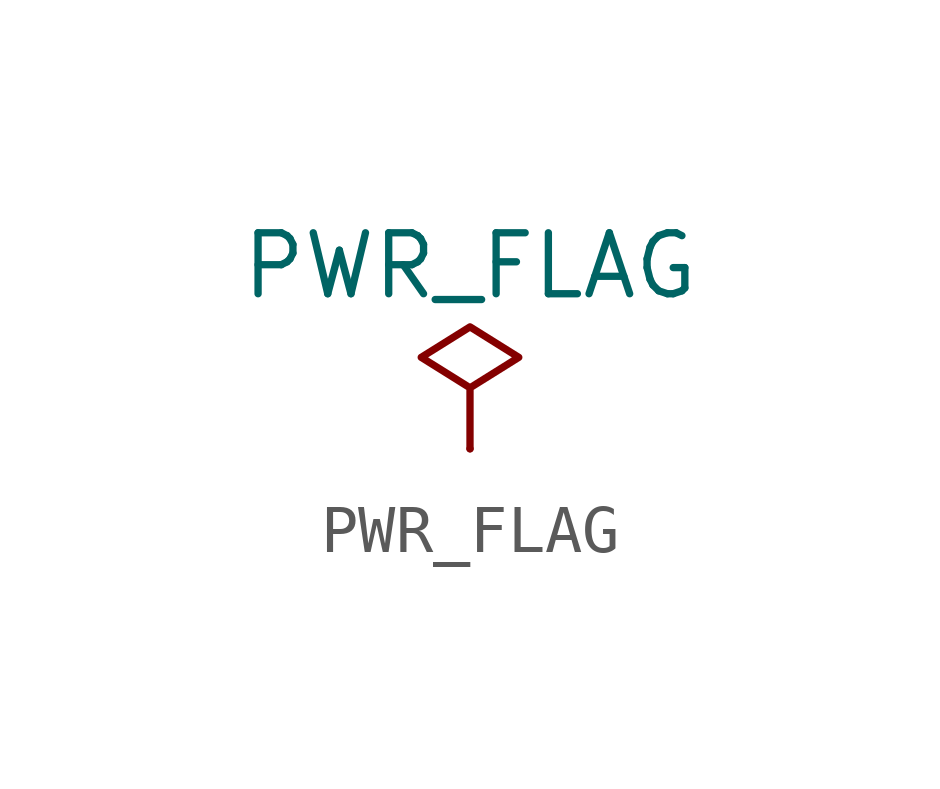
<source format=kicad_sym>
(kicad_symbol_lib
  (version 20241209)
  (generator "kicad_symbol_editor")
  (generator_version "9.0")
  (symbol "PWR_FLAG"
    (power)
    (pin_numbers
      (hide yes))
    (pin_names
      (offset 0)
      (hide yes))
    (property "Reference" "#FLG"
      (at 0 1.905 0)
      (effects (font (size 1.27 1.27)) (hide yes)))
    (property "Value" "PWR_FLAG"
      (at 0 3.81 0)
      (effects (font (size 1.27 1.27))))
    (symbol "PWR_FLAG_0_0"
      (pin power_out line (at 0 0 90) (length 0) (name "pwr" (effects (font (size 1.27 1.27)))) (number "1" (effects (font (size 1.27 1.27))))))
    (symbol "PWR_FLAG_0_1"
      (polyline (pts (xy 0 0) (xy 0 1.27) (xy -1.016 1.905) (xy 0 2.54) (xy 1.016 1.905) (xy 0 1.27)) (stroke (width 0) (type solid)) (fill (type none))))))
</source>
